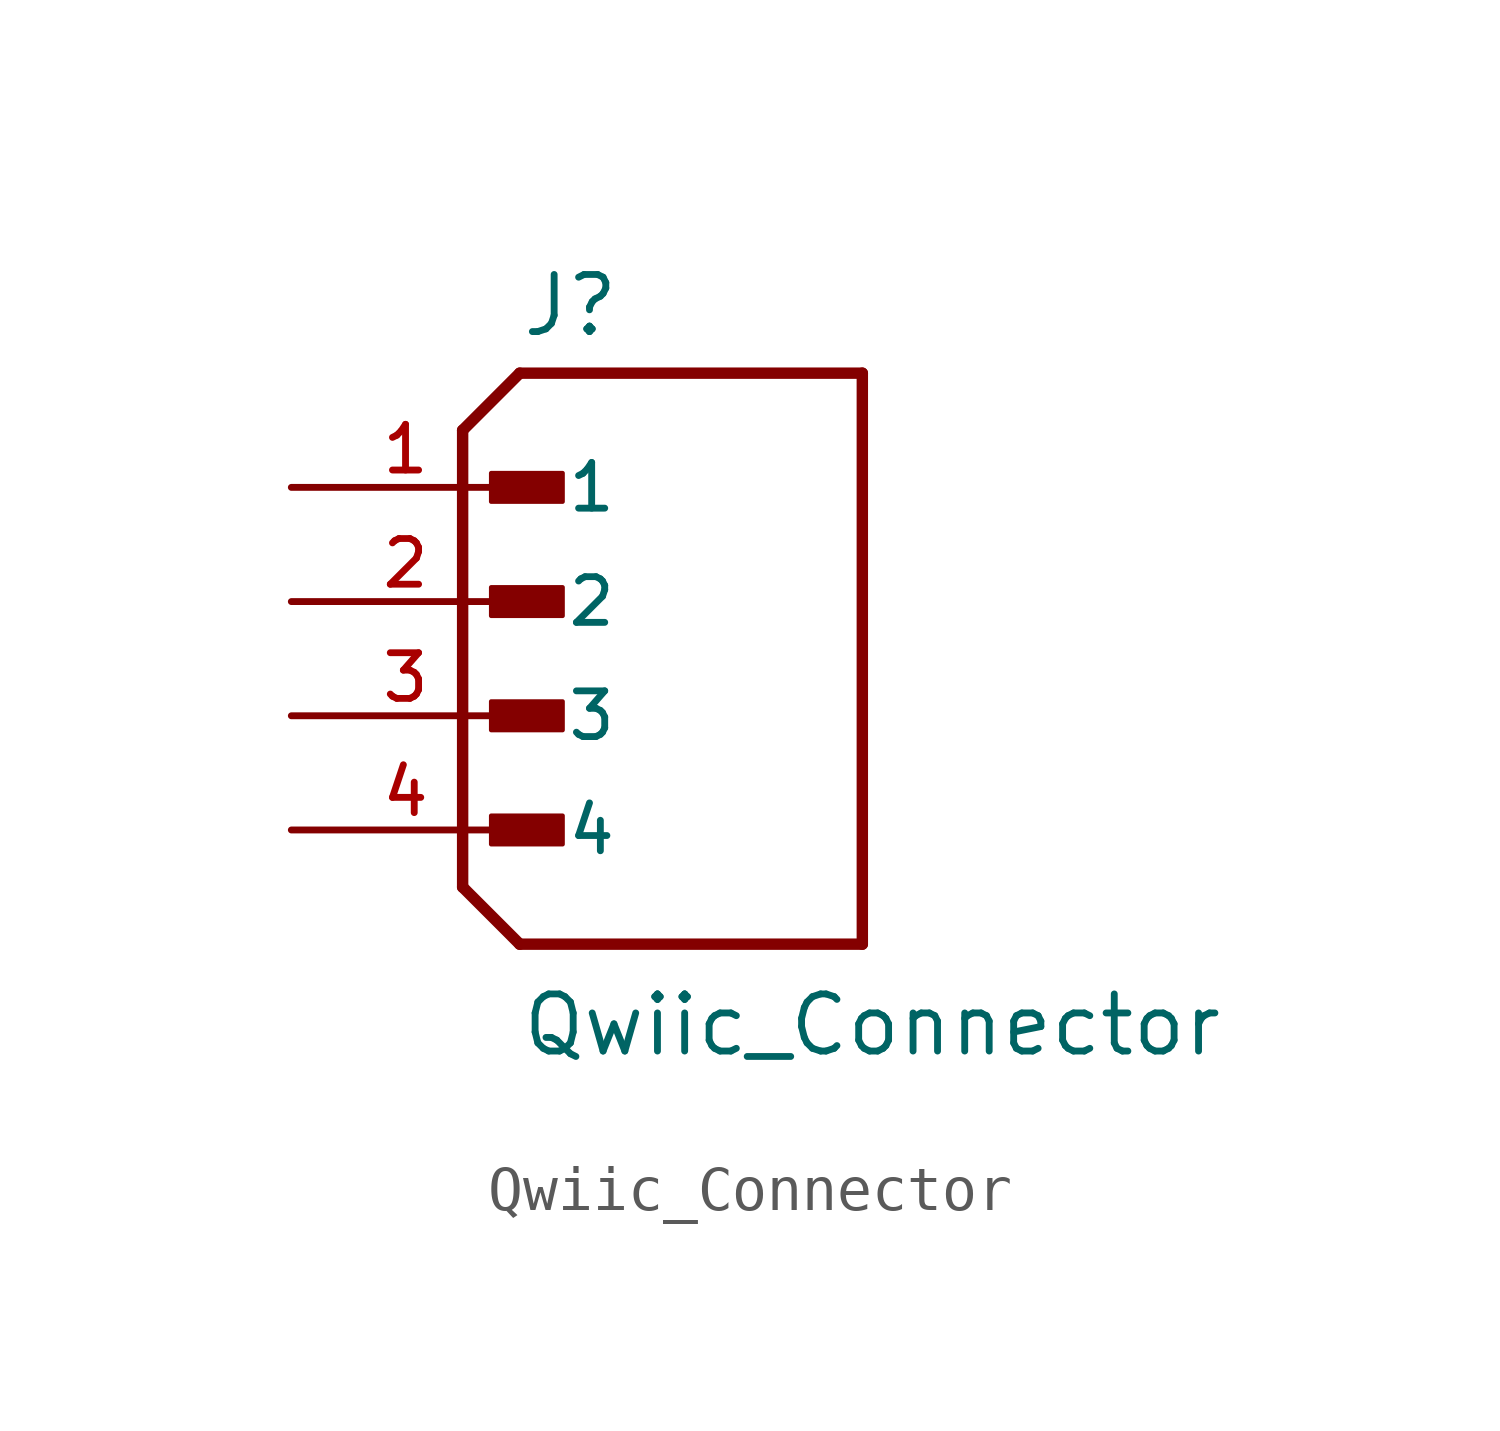
<source format=kicad_sym>
(kicad_symbol_lib
  (version 20241209)
  (generator "kicad_symbol_editor")
  (generator_version "9.0")
  (symbol "Qwiic_Connector"
    (pin_names
      (offset 1.016))
    (property "Reference" "J"
      (at -2.54 8.382 0)
      (effects (font (size 1.27 1.27)) (justify left bottom)))
    (property "Value" "Qwiic_Connector"
      (at -2.54 -7.62 0)
      (effects (font (size 1.27 1.27)) (justify left bottom)))
    (symbol "Qwiic_Connector_0_0"
      (polyline (pts (xy -3.81 6.35) (xy -3.81 -3.81)) (stroke (width 0.254) (type default)) (fill (type none)))
      (polyline (pts (xy -3.81 6.35) (xy -2.54 7.62)) (stroke (width 0.254) (type default)) (fill (type none)))
      (polyline (pts (xy -3.81 -3.81) (xy -2.54 -5.08)) (stroke (width 0.254) (type default)) (fill (type none)))
      (rectangle (start -3.175 4.763) (end -1.587 5.397) (stroke (width 0.1) (type default)) (fill (type outline)))
      (rectangle (start -3.175 2.223) (end -1.587 2.857) (stroke (width 0.1) (type default)) (fill (type outline)))
      (rectangle (start -3.175 -0.318) (end -1.587 0.318) (stroke (width 0.1) (type default)) (fill (type outline)))
      (rectangle (start -3.175 -2.857) (end -1.587 -2.223) (stroke (width 0.1) (type default)) (fill (type outline)))
      (polyline (pts (xy -2.54 -5.08) (xy 5.08 -5.08)) (stroke (width 0.254) (type default)) (fill (type none)))
      (polyline (pts (xy 5.08 7.62) (xy -2.54 7.62)) (stroke (width 0.254) (type default)) (fill (type none)))
      (polyline (pts (xy 5.08 -5.08) (xy 5.08 7.62)) (stroke (width 0.254) (type default)) (fill (type none)))
      (pin passive line (at -7.62 5.08 0) (length 5.08) (name "1" (effects (font (size 1.016 1.016)))) (number "1" (effects (font (size 1.016 1.016)))))
      (pin passive line (at -7.62 2.54 0) (length 5.08) (name "2" (effects (font (size 1.016 1.016)))) (number "2" (effects (font (size 1.016 1.016)))))
      (pin passive line (at -7.62 0 0) (length 5.08) (name "3" (effects (font (size 1.016 1.016)))) (number "3" (effects (font (size 1.016 1.016)))))
      (pin passive line (at -7.62 -2.54 0) (length 5.08) (name "4" (effects (font (size 1.016 1.016)))) (number "4" (effects (font (size 1.016 1.016))))))))
</source>
